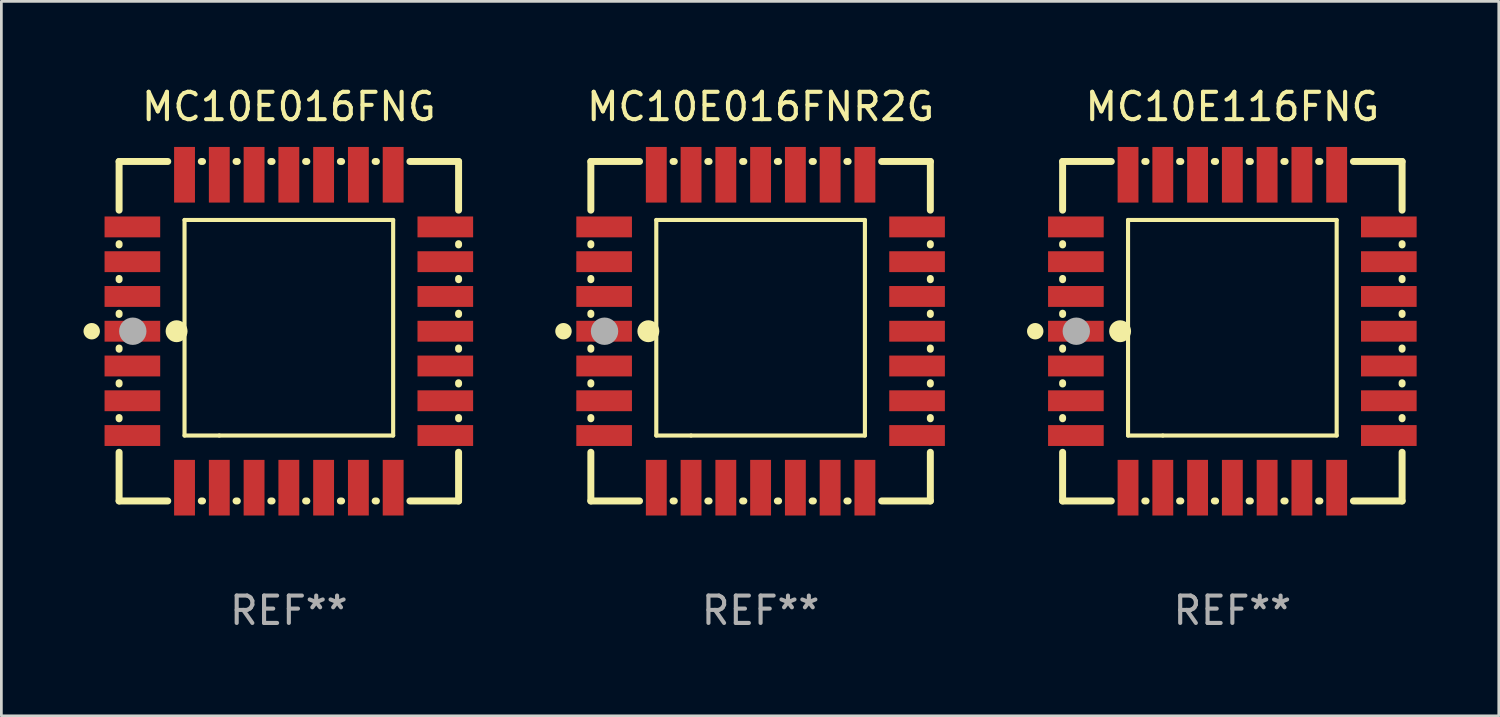
<source format=kicad_pcb>
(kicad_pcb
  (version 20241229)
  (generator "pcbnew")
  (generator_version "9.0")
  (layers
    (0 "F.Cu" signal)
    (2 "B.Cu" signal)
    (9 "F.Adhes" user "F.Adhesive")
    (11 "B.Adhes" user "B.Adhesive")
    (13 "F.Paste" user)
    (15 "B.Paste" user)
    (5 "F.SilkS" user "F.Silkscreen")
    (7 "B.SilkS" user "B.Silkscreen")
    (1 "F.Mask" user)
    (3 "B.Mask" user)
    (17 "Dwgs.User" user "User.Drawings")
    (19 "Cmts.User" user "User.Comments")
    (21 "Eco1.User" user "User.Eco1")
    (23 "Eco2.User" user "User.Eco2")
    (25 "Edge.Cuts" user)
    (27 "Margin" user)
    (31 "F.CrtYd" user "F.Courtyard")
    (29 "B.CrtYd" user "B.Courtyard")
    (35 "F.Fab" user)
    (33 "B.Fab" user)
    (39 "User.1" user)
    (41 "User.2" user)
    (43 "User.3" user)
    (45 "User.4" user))
  (footprint "MC10E116FNG"
    (layer "F.Cu")
    (at 41.962 9.048)
    (property "Reference" "MC10E116FNG" (at 0 -8.2 0) (layer "F.SilkS") (effects (font (size 1 1) (thickness 0.15))))
    (attr through_hole)
    (fp_line (start -6.2 -6.2) (end -4.422 -6.2) (stroke (width 0.254) (type solid)) (layer "F.SilkS"))
    (fp_line (start -6.2 -4.422) (end -6.2 -6.2) (stroke (width 0.254) (type solid)) (layer "F.SilkS"))
    (fp_line (start -6.2 -3.152) (end -6.2 -3.198) (stroke (width 0.254) (type solid)) (layer "F.SilkS"))
    (fp_line (start -6.2 -1.882) (end -6.2 -1.928) (stroke (width 0.254) (type solid)) (layer "F.SilkS"))
    (fp_line (start -6.2 -0.612) (end -6.2 -0.658) (stroke (width 0.254) (type solid)) (layer "F.SilkS"))
    (fp_line (start -6.2 0.658) (end -6.2 0.612) (stroke (width 0.254) (type solid)) (layer "F.SilkS"))
    (fp_line (start -6.2 1.928) (end -6.2 1.882) (stroke (width 0.254) (type solid)) (layer "F.SilkS"))
    (fp_line (start -6.2 3.198) (end -6.2 3.152) (stroke (width 0.254) (type solid)) (layer "F.SilkS"))
    (fp_line (start -6.2 6.2) (end -6.2 4.422) (stroke (width 0.254) (type solid)) (layer "F.SilkS"))
    (fp_line (start -4.422 6.2) (end -6.2 6.2) (stroke (width 0.254) (type solid)) (layer "F.SilkS"))
    (fp_line (start -3.81 -4.064) (end 3.81 -4.064) (stroke (width 0.15) (type solid)) (layer "F.SilkS"))
    (fp_line (start -3.81 3.81) (end -3.81 -4.064) (stroke (width 0.15) (type solid)) (layer "F.SilkS"))
    (fp_line (start -3.198 -6.2) (end -3.152 -6.2) (stroke (width 0.254) (type solid)) (layer "F.SilkS"))
    (fp_line (start -3.152 6.2) (end -3.198 6.2) (stroke (width 0.254) (type solid)) (layer "F.SilkS"))
    (fp_line (start -2.54 3.81) (end -3.81 3.81) (stroke (width 0.15) (type solid)) (layer "F.SilkS"))
    (fp_line (start -1.928 -6.2) (end -1.882 -6.2) (stroke (width 0.254) (type solid)) (layer "F.SilkS"))
    (fp_line (start -1.882 6.2) (end -1.928 6.2) (stroke (width 0.254) (type solid)) (layer "F.SilkS"))
    (fp_line (start -0.658 -6.2) (end -0.612 -6.2) (stroke (width 0.254) (type solid)) (layer "F.SilkS"))
    (fp_line (start -0.612 6.2) (end -0.658 6.2) (stroke (width 0.254) (type solid)) (layer "F.SilkS"))
    (fp_line (start 0.612 -6.2) (end 0.658 -6.2) (stroke (width 0.254) (type solid)) (layer "F.SilkS"))
    (fp_line (start 0.658 6.2) (end 0.612 6.2) (stroke (width 0.254) (type solid)) (layer "F.SilkS"))
    (fp_line (start 1.882 -6.2) (end 1.928 -6.2) (stroke (width 0.254) (type solid)) (layer "F.SilkS"))
    (fp_line (start 1.928 6.2) (end 1.882 6.2) (stroke (width 0.254) (type solid)) (layer "F.SilkS"))
    (fp_line (start 3.152 -6.2) (end 3.198 -6.2) (stroke (width 0.254) (type solid)) (layer "F.SilkS"))
    (fp_line (start 3.198 6.2) (end 3.152 6.2) (stroke (width 0.254) (type solid)) (layer "F.SilkS"))
    (fp_line (start 3.81 -4.064) (end 3.81 3.81) (stroke (width 0.15) (type solid)) (layer "F.SilkS"))
    (fp_line (start 3.81 3.81) (end -2.54 3.81) (stroke (width 0.15) (type solid)) (layer "F.SilkS"))
    (fp_line (start 4.422 -6.2) (end 6.2 -6.2) (stroke (width 0.254) (type solid)) (layer "F.SilkS"))
    (fp_line (start 6.2 -6.2) (end 6.2 -4.422) (stroke (width 0.254) (type solid)) (layer "F.SilkS"))
    (fp_line (start 6.2 -3.198) (end 6.2 -3.152) (stroke (width 0.254) (type solid)) (layer "F.SilkS"))
    (fp_line (start 6.2 -1.928) (end 6.2 -1.882) (stroke (width 0.254) (type solid)) (layer "F.SilkS"))
    (fp_line (start 6.2 -0.658) (end 6.2 -0.612) (stroke (width 0.254) (type solid)) (layer "F.SilkS"))
    (fp_line (start 6.2 0.612) (end 6.2 0.658) (stroke (width 0.254) (type solid)) (layer "F.SilkS"))
    (fp_line (start 6.2 1.882) (end 6.2 1.928) (stroke (width 0.254) (type solid)) (layer "F.SilkS"))
    (fp_line (start 6.2 3.152) (end 6.2 3.198) (stroke (width 0.254) (type solid)) (layer "F.SilkS"))
    (fp_line (start 6.2 4.422) (end 6.2 6.2) (stroke (width 0.254) (type solid)) (layer "F.SilkS"))
    (fp_line (start 6.2 6.2) (end 4.422 6.2) (stroke (width 0.254) (type solid)) (layer "F.SilkS"))
    (fp_circle (center -7.2 0) (end -7.05 0) (stroke (width 0.3) (type solid)) (fill no) (layer "F.SilkS"))
    (fp_circle (center -6.223 6.223) (end -6.193 6.223) (stroke (width 0.06) (type solid)) (fill no) (layer "F.SilkS"))
    (fp_circle (center -4.1 0) (end -3.9 0) (stroke (width 0.4) (type solid)) (fill no) (layer "F.SilkS"))
    (fp_circle (center -5.7 0) (end -5.45 0) (stroke (width 0.5) (type solid)) (fill no) (layer "F.Fab"))
    (fp_text user "REF**" (at 0 10.2 0) (layer "F.Fab") (effects (font (size 1 1) (thickness 0.15))))
    (pad "1" smd rect (at -5.715 0) (size 2.032 0.762) (layers "F.Cu" "F.Mask" "F.Paste"))
    (pad "2" smd rect (at -5.715 1.27) (size 2.032 0.762) (layers "F.Cu" "F.Mask" "F.Paste"))
    (pad "3" smd rect (at -5.715 2.54) (size 2.032 0.762) (layers "F.Cu" "F.Mask" "F.Paste"))
    (pad "4" smd rect (at -5.715 3.81) (size 2.032 0.762) (layers "F.Cu" "F.Mask" "F.Paste"))
    (pad "5" smd rect (at -3.81 5.715) (size 0.762 2.032) (layers "F.Cu" "F.Mask" "F.Paste"))
    (pad "6" smd rect (at -2.54 5.715) (size 0.762 2.032) (layers "F.Cu" "F.Mask" "F.Paste"))
    (pad "7" smd rect (at -1.27 5.715) (size 0.762 2.032) (layers "F.Cu" "F.Mask" "F.Paste"))
    (pad "8" smd rect (at 0 5.715) (size 0.762 2.032) (layers "F.Cu" "F.Mask" "F.Paste"))
    (pad "9" smd rect (at 1.27 5.715) (size 0.762 2.032) (layers "F.Cu" "F.Mask" "F.Paste"))
    (pad "10" smd rect (at 2.54 5.715) (size 0.762 2.032) (layers "F.Cu" "F.Mask" "F.Paste"))
    (pad "11" smd rect (at 3.81 5.715) (size 0.762 2.032) (layers "F.Cu" "F.Mask" "F.Paste"))
    (pad "12" smd rect (at 5.715 3.81) (size 2.032 0.762) (layers "F.Cu" "F.Mask" "F.Paste"))
    (pad "13" smd rect (at 5.715 2.54) (size 2.032 0.762) (layers "F.Cu" "F.Mask" "F.Paste"))
    (pad "14" smd rect (at 5.715 1.27) (size 2.032 0.762) (layers "F.Cu" "F.Mask" "F.Paste"))
    (pad "15" smd rect (at 5.715 0) (size 2.032 0.762) (layers "F.Cu" "F.Mask" "F.Paste"))
    (pad "16" smd rect (at 5.715 -1.27) (size 2.032 0.762) (layers "F.Cu" "F.Mask" "F.Paste"))
    (pad "17" smd rect (at 5.715 -2.54) (size 2.032 0.762) (layers "F.Cu" "F.Mask" "F.Paste"))
    (pad "18" smd rect (at 5.715 -3.81) (size 2.032 0.762) (layers "F.Cu" "F.Mask" "F.Paste"))
    (pad "19" smd rect (at 3.81 -5.715) (size 0.762 2.032) (layers "F.Cu" "F.Mask" "F.Paste"))
    (pad "20" smd rect (at 2.54 -5.715) (size 0.762 2.032) (layers "F.Cu" "F.Mask" "F.Paste"))
    (pad "21" smd rect (at 1.27 -5.715) (size 0.762 2.032) (layers "F.Cu" "F.Mask" "F.Paste"))
    (pad "22" smd rect (at 0 -5.715) (size 0.762 2.032) (layers "F.Cu" "F.Mask" "F.Paste"))
    (pad "23" smd rect (at -1.27 -5.715) (size 0.762 2.032) (layers "F.Cu" "F.Mask" "F.Paste"))
    (pad "24" smd rect (at -2.54 -5.715) (size 0.762 2.032) (layers "F.Cu" "F.Mask" "F.Paste"))
    (pad "25" smd rect (at -3.81 -5.715) (size 0.762 2.032) (layers "F.Cu" "F.Mask" "F.Paste"))
    (pad "26" smd rect (at -5.715 -3.81) (size 2.032 0.762) (layers "F.Cu" "F.Mask" "F.Paste"))
    (pad "27" smd rect (at -5.715 -2.54) (size 2.032 0.762) (layers "F.Cu" "F.Mask" "F.Paste"))
    (pad "28" smd rect (at -5.715 -1.27) (size 2.032 0.762) (layers "F.Cu" "F.Mask" "F.Paste")))
  (footprint "MC10E016FNR2G"
    (layer "F.Cu")
    (at 24.731 9.048)
    (property "Reference" "MC10E016FNR2G" (at 0 -8.2 0) (layer "F.SilkS") (effects (font (size 1 1) (thickness 0.15))))
    (attr through_hole)
    (fp_line (start -6.2 -6.2) (end -4.422 -6.2) (stroke (width 0.254) (type solid)) (layer "F.SilkS"))
    (fp_line (start -6.2 -4.422) (end -6.2 -6.2) (stroke (width 0.254) (type solid)) (layer "F.SilkS"))
    (fp_line (start -6.2 -3.152) (end -6.2 -3.198) (stroke (width 0.254) (type solid)) (layer "F.SilkS"))
    (fp_line (start -6.2 -1.882) (end -6.2 -1.928) (stroke (width 0.254) (type solid)) (layer "F.SilkS"))
    (fp_line (start -6.2 -0.612) (end -6.2 -0.658) (stroke (width 0.254) (type solid)) (layer "F.SilkS"))
    (fp_line (start -6.2 0.658) (end -6.2 0.612) (stroke (width 0.254) (type solid)) (layer "F.SilkS"))
    (fp_line (start -6.2 1.928) (end -6.2 1.882) (stroke (width 0.254) (type solid)) (layer "F.SilkS"))
    (fp_line (start -6.2 3.198) (end -6.2 3.152) (stroke (width 0.254) (type solid)) (layer "F.SilkS"))
    (fp_line (start -6.2 6.2) (end -6.2 4.422) (stroke (width 0.254) (type solid)) (layer "F.SilkS"))
    (fp_line (start -4.422 6.2) (end -6.2 6.2) (stroke (width 0.254) (type solid)) (layer "F.SilkS"))
    (fp_line (start -3.81 -4.064) (end 3.81 -4.064) (stroke (width 0.15) (type solid)) (layer "F.SilkS"))
    (fp_line (start -3.81 3.81) (end -3.81 -4.064) (stroke (width 0.15) (type solid)) (layer "F.SilkS"))
    (fp_line (start -3.198 -6.2) (end -3.152 -6.2) (stroke (width 0.254) (type solid)) (layer "F.SilkS"))
    (fp_line (start -3.152 6.2) (end -3.198 6.2) (stroke (width 0.254) (type solid)) (layer "F.SilkS"))
    (fp_line (start -2.54 3.81) (end -3.81 3.81) (stroke (width 0.15) (type solid)) (layer "F.SilkS"))
    (fp_line (start -1.928 -6.2) (end -1.882 -6.2) (stroke (width 0.254) (type solid)) (layer "F.SilkS"))
    (fp_line (start -1.882 6.2) (end -1.928 6.2) (stroke (width 0.254) (type solid)) (layer "F.SilkS"))
    (fp_line (start -0.658 -6.2) (end -0.612 -6.2) (stroke (width 0.254) (type solid)) (layer "F.SilkS"))
    (fp_line (start -0.612 6.2) (end -0.658 6.2) (stroke (width 0.254) (type solid)) (layer "F.SilkS"))
    (fp_line (start 0.612 -6.2) (end 0.658 -6.2) (stroke (width 0.254) (type solid)) (layer "F.SilkS"))
    (fp_line (start 0.658 6.2) (end 0.612 6.2) (stroke (width 0.254) (type solid)) (layer "F.SilkS"))
    (fp_line (start 1.882 -6.2) (end 1.928 -6.2) (stroke (width 0.254) (type solid)) (layer "F.SilkS"))
    (fp_line (start 1.928 6.2) (end 1.882 6.2) (stroke (width 0.254) (type solid)) (layer "F.SilkS"))
    (fp_line (start 3.152 -6.2) (end 3.198 -6.2) (stroke (width 0.254) (type solid)) (layer "F.SilkS"))
    (fp_line (start 3.198 6.2) (end 3.152 6.2) (stroke (width 0.254) (type solid)) (layer "F.SilkS"))
    (fp_line (start 3.81 -4.064) (end 3.81 3.81) (stroke (width 0.15) (type solid)) (layer "F.SilkS"))
    (fp_line (start 3.81 3.81) (end -2.54 3.81) (stroke (width 0.15) (type solid)) (layer "F.SilkS"))
    (fp_line (start 4.422 -6.2) (end 6.2 -6.2) (stroke (width 0.254) (type solid)) (layer "F.SilkS"))
    (fp_line (start 6.2 -6.2) (end 6.2 -4.422) (stroke (width 0.254) (type solid)) (layer "F.SilkS"))
    (fp_line (start 6.2 -3.198) (end 6.2 -3.152) (stroke (width 0.254) (type solid)) (layer "F.SilkS"))
    (fp_line (start 6.2 -1.928) (end 6.2 -1.882) (stroke (width 0.254) (type solid)) (layer "F.SilkS"))
    (fp_line (start 6.2 -0.658) (end 6.2 -0.612) (stroke (width 0.254) (type solid)) (layer "F.SilkS"))
    (fp_line (start 6.2 0.612) (end 6.2 0.658) (stroke (width 0.254) (type solid)) (layer "F.SilkS"))
    (fp_line (start 6.2 1.882) (end 6.2 1.928) (stroke (width 0.254) (type solid)) (layer "F.SilkS"))
    (fp_line (start 6.2 3.152) (end 6.2 3.198) (stroke (width 0.254) (type solid)) (layer "F.SilkS"))
    (fp_line (start 6.2 4.422) (end 6.2 6.2) (stroke (width 0.254) (type solid)) (layer "F.SilkS"))
    (fp_line (start 6.2 6.2) (end 4.422 6.2) (stroke (width 0.254) (type solid)) (layer "F.SilkS"))
    (fp_circle (center -7.2 0) (end -7.05 0) (stroke (width 0.3) (type solid)) (fill no) (layer "F.SilkS"))
    (fp_circle (center -6.223 6.223) (end -6.193 6.223) (stroke (width 0.06) (type solid)) (fill no) (layer "F.SilkS"))
    (fp_circle (center -4.1 0) (end -3.9 0) (stroke (width 0.4) (type solid)) (fill no) (layer "F.SilkS"))
    (fp_circle (center -5.7 0) (end -5.45 0) (stroke (width 0.5) (type solid)) (fill no) (layer "F.Fab"))
    (fp_text user "REF**" (at 0 10.2 0) (layer "F.Fab") (effects (font (size 1 1) (thickness 0.15))))
    (pad "1" smd rect (at -5.715 0) (size 2.032 0.762) (layers "F.Cu" "F.Mask" "F.Paste"))
    (pad "2" smd rect (at -5.715 1.27) (size 2.032 0.762) (layers "F.Cu" "F.Mask" "F.Paste"))
    (pad "3" smd rect (at -5.715 2.54) (size 2.032 0.762) (layers "F.Cu" "F.Mask" "F.Paste"))
    (pad "4" smd rect (at -5.715 3.81) (size 2.032 0.762) (layers "F.Cu" "F.Mask" "F.Paste"))
    (pad "5" smd rect (at -3.81 5.715) (size 0.762 2.032) (layers "F.Cu" "F.Mask" "F.Paste"))
    (pad "6" smd rect (at -2.54 5.715) (size 0.762 2.032) (layers "F.Cu" "F.Mask" "F.Paste"))
    (pad "7" smd rect (at -1.27 5.715) (size 0.762 2.032) (layers "F.Cu" "F.Mask" "F.Paste"))
    (pad "8" smd rect (at 0 5.715) (size 0.762 2.032) (layers "F.Cu" "F.Mask" "F.Paste"))
    (pad "9" smd rect (at 1.27 5.715) (size 0.762 2.032) (layers "F.Cu" "F.Mask" "F.Paste"))
    (pad "10" smd rect (at 2.54 5.715) (size 0.762 2.032) (layers "F.Cu" "F.Mask" "F.Paste"))
    (pad "11" smd rect (at 3.81 5.715) (size 0.762 2.032) (layers "F.Cu" "F.Mask" "F.Paste"))
    (pad "12" smd rect (at 5.715 3.81) (size 2.032 0.762) (layers "F.Cu" "F.Mask" "F.Paste"))
    (pad "13" smd rect (at 5.715 2.54) (size 2.032 0.762) (layers "F.Cu" "F.Mask" "F.Paste"))
    (pad "14" smd rect (at 5.715 1.27) (size 2.032 0.762) (layers "F.Cu" "F.Mask" "F.Paste"))
    (pad "15" smd rect (at 5.715 0) (size 2.032 0.762) (layers "F.Cu" "F.Mask" "F.Paste"))
    (pad "16" smd rect (at 5.715 -1.27) (size 2.032 0.762) (layers "F.Cu" "F.Mask" "F.Paste"))
    (pad "17" smd rect (at 5.715 -2.54) (size 2.032 0.762) (layers "F.Cu" "F.Mask" "F.Paste"))
    (pad "18" smd rect (at 5.715 -3.81) (size 2.032 0.762) (layers "F.Cu" "F.Mask" "F.Paste"))
    (pad "19" smd rect (at 3.81 -5.715) (size 0.762 2.032) (layers "F.Cu" "F.Mask" "F.Paste"))
    (pad "20" smd rect (at 2.54 -5.715) (size 0.762 2.032) (layers "F.Cu" "F.Mask" "F.Paste"))
    (pad "21" smd rect (at 1.27 -5.715) (size 0.762 2.032) (layers "F.Cu" "F.Mask" "F.Paste"))
    (pad "22" smd rect (at 0 -5.715) (size 0.762 2.032) (layers "F.Cu" "F.Mask" "F.Paste"))
    (pad "23" smd rect (at -1.27 -5.715) (size 0.762 2.032) (layers "F.Cu" "F.Mask" "F.Paste"))
    (pad "24" smd rect (at -2.54 -5.715) (size 0.762 2.032) (layers "F.Cu" "F.Mask" "F.Paste"))
    (pad "25" smd rect (at -3.81 -5.715) (size 0.762 2.032) (layers "F.Cu" "F.Mask" "F.Paste"))
    (pad "26" smd rect (at -5.715 -3.81) (size 2.032 0.762) (layers "F.Cu" "F.Mask" "F.Paste"))
    (pad "27" smd rect (at -5.715 -2.54) (size 2.032 0.762) (layers "F.Cu" "F.Mask" "F.Paste"))
    (pad "28" smd rect (at -5.715 -1.27) (size 2.032 0.762) (layers "F.Cu" "F.Mask" "F.Paste")))
  (footprint "MC10E016FNG"
    (layer "F.Cu")
    (at 7.5 9.048)
    (property "Reference" "MC10E016FNG" (at 0 -8.2 0) (layer "F.SilkS") (effects (font (size 1 1) (thickness 0.15))))
    (attr through_hole)
    (fp_line (start -6.2 -6.2) (end -4.422 -6.2) (stroke (width 0.254) (type solid)) (layer "F.SilkS"))
    (fp_line (start -6.2 -4.422) (end -6.2 -6.2) (stroke (width 0.254) (type solid)) (layer "F.SilkS"))
    (fp_line (start -6.2 -3.152) (end -6.2 -3.198) (stroke (width 0.254) (type solid)) (layer "F.SilkS"))
    (fp_line (start -6.2 -1.882) (end -6.2 -1.928) (stroke (width 0.254) (type solid)) (layer "F.SilkS"))
    (fp_line (start -6.2 -0.612) (end -6.2 -0.658) (stroke (width 0.254) (type solid)) (layer "F.SilkS"))
    (fp_line (start -6.2 0.658) (end -6.2 0.612) (stroke (width 0.254) (type solid)) (layer "F.SilkS"))
    (fp_line (start -6.2 1.928) (end -6.2 1.882) (stroke (width 0.254) (type solid)) (layer "F.SilkS"))
    (fp_line (start -6.2 3.198) (end -6.2 3.152) (stroke (width 0.254) (type solid)) (layer "F.SilkS"))
    (fp_line (start -6.2 6.2) (end -6.2 4.422) (stroke (width 0.254) (type solid)) (layer "F.SilkS"))
    (fp_line (start -4.422 6.2) (end -6.2 6.2) (stroke (width 0.254) (type solid)) (layer "F.SilkS"))
    (fp_line (start -3.81 -4.064) (end 3.81 -4.064) (stroke (width 0.15) (type solid)) (layer "F.SilkS"))
    (fp_line (start -3.81 3.81) (end -3.81 -4.064) (stroke (width 0.15) (type solid)) (layer "F.SilkS"))
    (fp_line (start -3.198 -6.2) (end -3.152 -6.2) (stroke (width 0.254) (type solid)) (layer "F.SilkS"))
    (fp_line (start -3.152 6.2) (end -3.198 6.2) (stroke (width 0.254) (type solid)) (layer "F.SilkS"))
    (fp_line (start -2.54 3.81) (end -3.81 3.81) (stroke (width 0.15) (type solid)) (layer "F.SilkS"))
    (fp_line (start -1.928 -6.2) (end -1.882 -6.2) (stroke (width 0.254) (type solid)) (layer "F.SilkS"))
    (fp_line (start -1.882 6.2) (end -1.928 6.2) (stroke (width 0.254) (type solid)) (layer "F.SilkS"))
    (fp_line (start -0.658 -6.2) (end -0.612 -6.2) (stroke (width 0.254) (type solid)) (layer "F.SilkS"))
    (fp_line (start -0.612 6.2) (end -0.658 6.2) (stroke (width 0.254) (type solid)) (layer "F.SilkS"))
    (fp_line (start 0.612 -6.2) (end 0.658 -6.2) (stroke (width 0.254) (type solid)) (layer "F.SilkS"))
    (fp_line (start 0.658 6.2) (end 0.612 6.2) (stroke (width 0.254) (type solid)) (layer "F.SilkS"))
    (fp_line (start 1.882 -6.2) (end 1.928 -6.2) (stroke (width 0.254) (type solid)) (layer "F.SilkS"))
    (fp_line (start 1.928 6.2) (end 1.882 6.2) (stroke (width 0.254) (type solid)) (layer "F.SilkS"))
    (fp_line (start 3.152 -6.2) (end 3.198 -6.2) (stroke (width 0.254) (type solid)) (layer "F.SilkS"))
    (fp_line (start 3.198 6.2) (end 3.152 6.2) (stroke (width 0.254) (type solid)) (layer "F.SilkS"))
    (fp_line (start 3.81 -4.064) (end 3.81 3.81) (stroke (width 0.15) (type solid)) (layer "F.SilkS"))
    (fp_line (start 3.81 3.81) (end -2.54 3.81) (stroke (width 0.15) (type solid)) (layer "F.SilkS"))
    (fp_line (start 4.422 -6.2) (end 6.2 -6.2) (stroke (width 0.254) (type solid)) (layer "F.SilkS"))
    (fp_line (start 6.2 -6.2) (end 6.2 -4.422) (stroke (width 0.254) (type solid)) (layer "F.SilkS"))
    (fp_line (start 6.2 -3.198) (end 6.2 -3.152) (stroke (width 0.254) (type solid)) (layer "F.SilkS"))
    (fp_line (start 6.2 -1.928) (end 6.2 -1.882) (stroke (width 0.254) (type solid)) (layer "F.SilkS"))
    (fp_line (start 6.2 -0.658) (end 6.2 -0.612) (stroke (width 0.254) (type solid)) (layer "F.SilkS"))
    (fp_line (start 6.2 0.612) (end 6.2 0.658) (stroke (width 0.254) (type solid)) (layer "F.SilkS"))
    (fp_line (start 6.2 1.882) (end 6.2 1.928) (stroke (width 0.254) (type solid)) (layer "F.SilkS"))
    (fp_line (start 6.2 3.152) (end 6.2 3.198) (stroke (width 0.254) (type solid)) (layer "F.SilkS"))
    (fp_line (start 6.2 4.422) (end 6.2 6.2) (stroke (width 0.254) (type solid)) (layer "F.SilkS"))
    (fp_line (start 6.2 6.2) (end 4.422 6.2) (stroke (width 0.254) (type solid)) (layer "F.SilkS"))
    (fp_circle (center -7.2 0) (end -7.05 0) (stroke (width 0.3) (type solid)) (fill no) (layer "F.SilkS"))
    (fp_circle (center -6.223 6.223) (end -6.193 6.223) (stroke (width 0.06) (type solid)) (fill no) (layer "F.SilkS"))
    (fp_circle (center -4.1 0) (end -3.9 0) (stroke (width 0.4) (type solid)) (fill no) (layer "F.SilkS"))
    (fp_circle (center -5.7 0) (end -5.45 0) (stroke (width 0.5) (type solid)) (fill no) (layer "F.Fab"))
    (fp_text user "REF**" (at 0 10.2 0) (layer "F.Fab") (effects (font (size 1 1) (thickness 0.15))))
    (pad "1" smd rect (at -5.715 0) (size 2.032 0.762) (layers "F.Cu" "F.Mask" "F.Paste"))
    (pad "2" smd rect (at -5.715 1.27) (size 2.032 0.762) (layers "F.Cu" "F.Mask" "F.Paste"))
    (pad "3" smd rect (at -5.715 2.54) (size 2.032 0.762) (layers "F.Cu" "F.Mask" "F.Paste"))
    (pad "4" smd rect (at -5.715 3.81) (size 2.032 0.762) (layers "F.Cu" "F.Mask" "F.Paste"))
    (pad "5" smd rect (at -3.81 5.715) (size 0.762 2.032) (layers "F.Cu" "F.Mask" "F.Paste"))
    (pad "6" smd rect (at -2.54 5.715) (size 0.762 2.032) (layers "F.Cu" "F.Mask" "F.Paste"))
    (pad "7" smd rect (at -1.27 5.715) (size 0.762 2.032) (layers "F.Cu" "F.Mask" "F.Paste"))
    (pad "8" smd rect (at 0 5.715) (size 0.762 2.032) (layers "F.Cu" "F.Mask" "F.Paste"))
    (pad "9" smd rect (at 1.27 5.715) (size 0.762 2.032) (layers "F.Cu" "F.Mask" "F.Paste"))
    (pad "10" smd rect (at 2.54 5.715) (size 0.762 2.032) (layers "F.Cu" "F.Mask" "F.Paste"))
    (pad "11" smd rect (at 3.81 5.715) (size 0.762 2.032) (layers "F.Cu" "F.Mask" "F.Paste"))
    (pad "12" smd rect (at 5.715 3.81) (size 2.032 0.762) (layers "F.Cu" "F.Mask" "F.Paste"))
    (pad "13" smd rect (at 5.715 2.54) (size 2.032 0.762) (layers "F.Cu" "F.Mask" "F.Paste"))
    (pad "14" smd rect (at 5.715 1.27) (size 2.032 0.762) (layers "F.Cu" "F.Mask" "F.Paste"))
    (pad "15" smd rect (at 5.715 0) (size 2.032 0.762) (layers "F.Cu" "F.Mask" "F.Paste"))
    (pad "16" smd rect (at 5.715 -1.27) (size 2.032 0.762) (layers "F.Cu" "F.Mask" "F.Paste"))
    (pad "17" smd rect (at 5.715 -2.54) (size 2.032 0.762) (layers "F.Cu" "F.Mask" "F.Paste"))
    (pad "18" smd rect (at 5.715 -3.81) (size 2.032 0.762) (layers "F.Cu" "F.Mask" "F.Paste"))
    (pad "19" smd rect (at 3.81 -5.715) (size 0.762 2.032) (layers "F.Cu" "F.Mask" "F.Paste"))
    (pad "20" smd rect (at 2.54 -5.715) (size 0.762 2.032) (layers "F.Cu" "F.Mask" "F.Paste"))
    (pad "21" smd rect (at 1.27 -5.715) (size 0.762 2.032) (layers "F.Cu" "F.Mask" "F.Paste"))
    (pad "22" smd rect (at 0 -5.715) (size 0.762 2.032) (layers "F.Cu" "F.Mask" "F.Paste"))
    (pad "23" smd rect (at -1.27 -5.715) (size 0.762 2.032) (layers "F.Cu" "F.Mask" "F.Paste"))
    (pad "24" smd rect (at -2.54 -5.715) (size 0.762 2.032) (layers "F.Cu" "F.Mask" "F.Paste"))
    (pad "25" smd rect (at -3.81 -5.715) (size 0.762 2.032) (layers "F.Cu" "F.Mask" "F.Paste"))
    (pad "26" smd rect (at -5.715 -3.81) (size 2.032 0.762) (layers "F.Cu" "F.Mask" "F.Paste"))
    (pad "27" smd rect (at -5.715 -2.54) (size 2.032 0.762) (layers "F.Cu" "F.Mask" "F.Paste"))
    (pad "28" smd rect (at -5.715 -1.27) (size 2.032 0.762) (layers "F.Cu" "F.Mask" "F.Paste")))
  (gr_rect
    (start -3 -3)
    (end 51.693 23.096)
    (stroke (width 0.1) (type default))
    (fill no)
    (layer "Edge.Cuts")))
</source>
